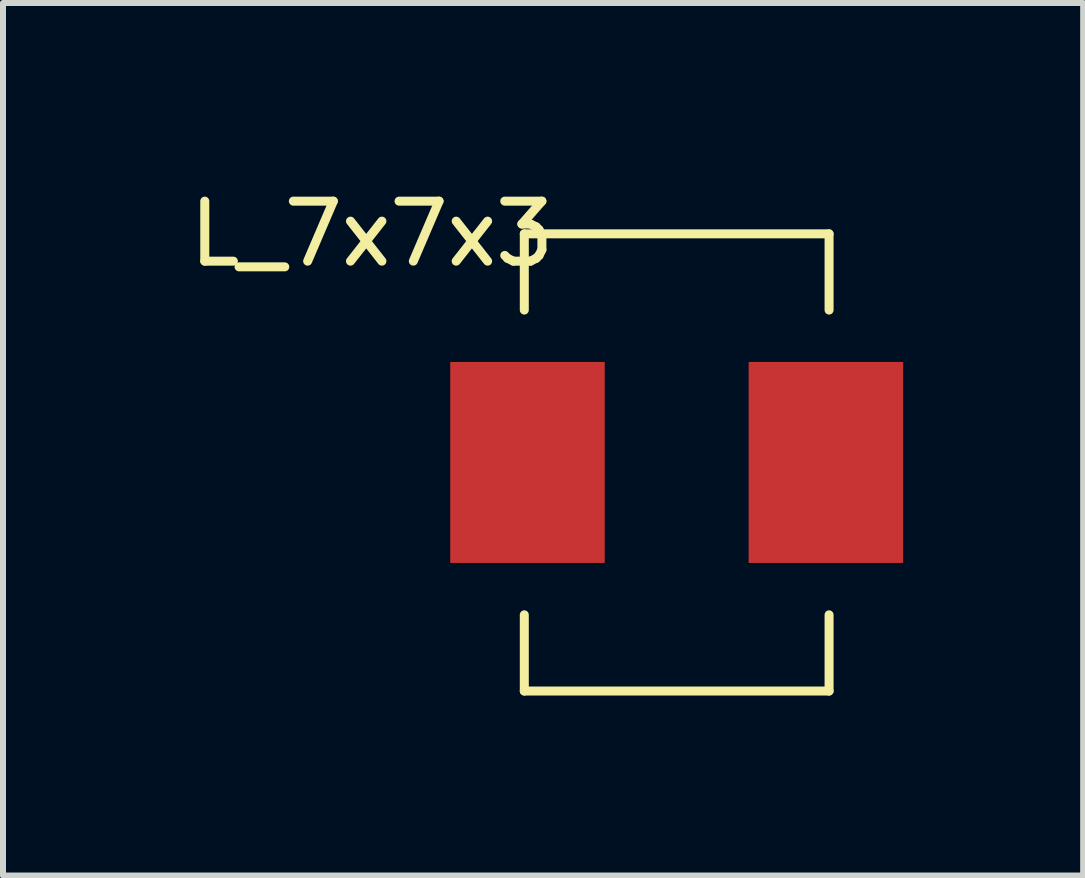
<source format=kicad_pcb>
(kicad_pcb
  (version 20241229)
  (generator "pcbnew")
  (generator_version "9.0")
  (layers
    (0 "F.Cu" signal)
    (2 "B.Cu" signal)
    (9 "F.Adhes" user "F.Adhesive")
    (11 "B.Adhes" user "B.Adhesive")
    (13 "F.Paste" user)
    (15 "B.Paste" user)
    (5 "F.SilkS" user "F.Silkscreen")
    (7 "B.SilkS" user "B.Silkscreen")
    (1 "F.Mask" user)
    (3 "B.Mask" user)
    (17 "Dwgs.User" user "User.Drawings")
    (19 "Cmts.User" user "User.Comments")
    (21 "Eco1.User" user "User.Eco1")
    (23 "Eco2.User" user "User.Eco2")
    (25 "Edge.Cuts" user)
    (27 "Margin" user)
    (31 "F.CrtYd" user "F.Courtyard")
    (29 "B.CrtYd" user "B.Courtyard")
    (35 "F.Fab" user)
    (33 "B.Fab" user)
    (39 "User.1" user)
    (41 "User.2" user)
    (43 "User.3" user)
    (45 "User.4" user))
  (footprint "L_7x7x3"
    (layer "F.Cu")
    (at 8.229 4.658)
    (property "Reference" "L_7x7x3" (at -5.08 -3.81 0) (layer "F.SilkS") (effects (font (size 1 1) (thickness 0.15))))
    (attr through_hole)
    (fp_line (start -2.54 -3.81) (end 2.54 -3.81) (stroke (width 0.15) (type solid)) (layer "F.SilkS"))
    (fp_line (start -2.54 -2.54) (end -2.54 -3.81) (stroke (width 0.15) (type solid)) (layer "F.SilkS"))
    (fp_line (start -2.54 2.54) (end -2.54 3.81) (stroke (width 0.15) (type solid)) (layer "F.SilkS"))
    (fp_line (start -2.54 3.81) (end 2.54 3.81) (stroke (width 0.15) (type solid)) (layer "F.SilkS"))
    (fp_line (start 2.54 -3.81) (end 2.54 -2.54) (stroke (width 0.15) (type solid)) (layer "F.SilkS"))
    (fp_line (start 2.54 3.81) (end 2.54 2.54) (stroke (width 0.15) (type solid)) (layer "F.SilkS"))
    (pad "1" smd rect (at -2.487 0) (size 2.575 3.35) (layers "F.Cu" "F.Mask" "F.Paste"))
    (pad "2" smd rect (at 2.487 0) (size 2.575 3.35) (layers "F.Cu" "F.Mask" "F.Paste")))
  (gr_rect
    (start -3 -3)
    (end 15.004 11.543)
    (stroke (width 0.1) (type default))
    (fill no)
    (layer "Edge.Cuts")))
</source>
